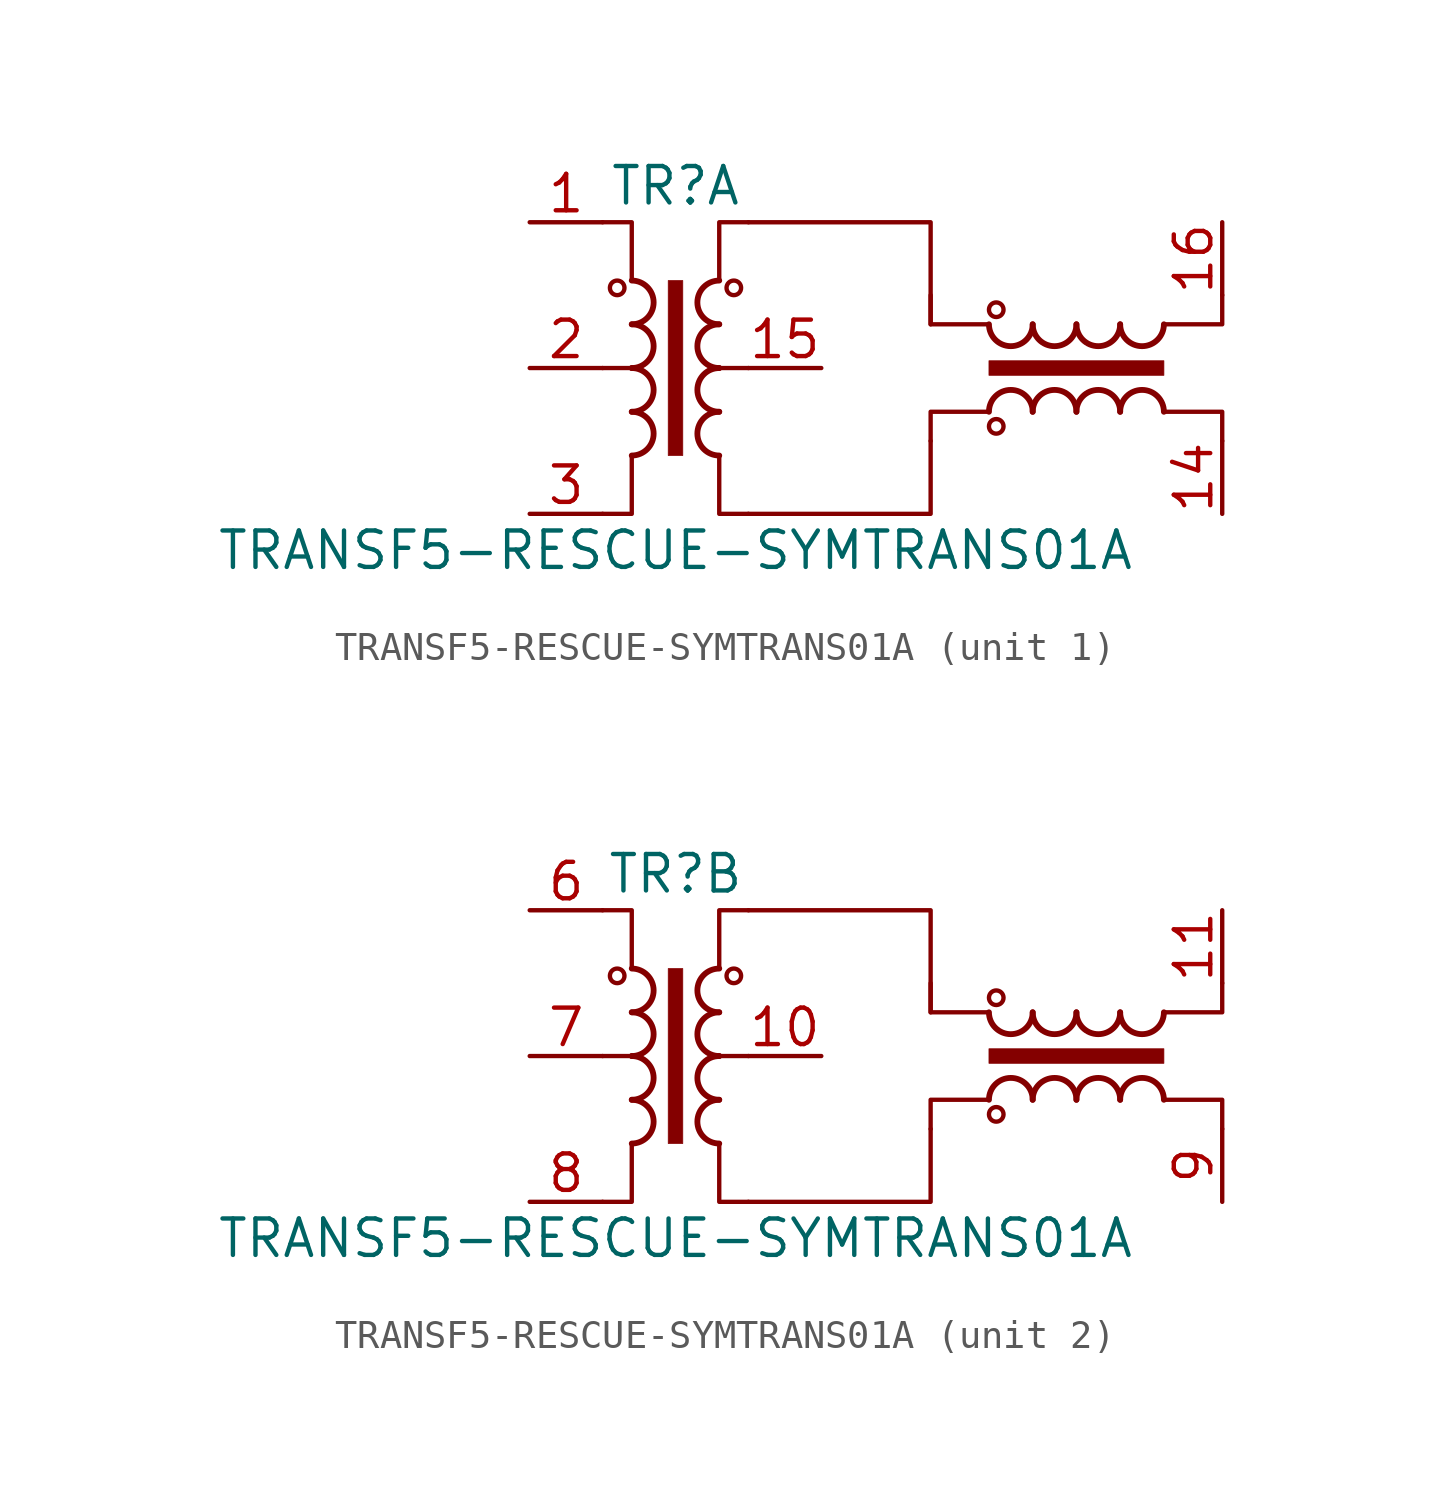
<source format=kicad_sym>
(kicad_symbol_lib
  (version 20211014)
  (generator kicad_symbol_editor)
  (symbol "TRANSF5-RESCUE-SYMTRANS01A"
    (pin_names
      (offset 0))
    (property "Reference" "TR"
      (at 0 6.35 0)
      (effects (font (size 1.27 1.27))))
    (property "Value" "TRANSF5-RESCUE-SYMTRANS01A"
      (at 0 -6.35 0)
      (effects (font (size 1.27 1.27))))
    (property "Footprint" ""
      (at 0 0 0)
      (effects (font (size 1.27 1.27))))
    (property "Datasheet" ""
      (at 0 0 0)
      (effects (font (size 1.27 1.27))))
    (symbol "TRANSF5-RESCUE-SYMTRANS01A_0_1"
      (circle (center -2.032 2.794) (radius 0.254) (stroke (width 0) (type default) (color 0 0 0 0)) (fill (type none)))
      (arc (start -1.524 -3.048) (mid -0.762 -2.286) (end -1.524 -1.524) (stroke (width 0.2032) (type default) (color 0 0 0 0)) (fill (type none)))
      (arc (start -1.524 -1.524) (mid -0.762 -0.762) (end -1.524 0) (stroke (width 0.2032) (type default) (color 0 0 0 0)) (fill (type none)))
      (arc (start -1.524 0) (mid -0.762 0.762) (end -1.524 1.524) (stroke (width 0.2032) (type default) (color 0 0 0 0)) (fill (type none)))
      (arc (start -1.524 1.524) (mid -0.762 2.286) (end -1.524 3.048) (stroke (width 0.2032) (type default) (color 0 0 0 0)) (fill (type none)))
      (rectangle (start -0.254 3.048) (end 0.254 -3.048) (stroke (width 0.025) (type default) (color 0 0 0 0)) (fill (type outline)))
      (polyline (pts (xy -1.524 0) (xy -2.54 0) (xy -2.54 0)) (stroke (width 0) (type default) (color 0 0 0 0)) (fill (type outline)))
      (polyline (pts (xy 1.524 0) (xy 2.54 0) (xy 2.54 0)) (stroke (width 0) (type default) (color 0 0 0 0)) (fill (type outline)))
      (polyline (pts (xy 8.89 -2.54) (xy 8.89 -5.08) (xy 2.54 -5.08)) (stroke (width 0) (type default) (color 0 0 0 0)) (fill (type none)))
      (polyline (pts (xy -2.54 5.08) (xy -1.524 5.08) (xy -1.524 3.048) (xy -1.524 3.048)) (stroke (width 0.152) (type default) (color 0 0 0 0)) (fill (type none)))
      (polyline (pts (xy -1.524 -3.048) (xy -1.524 -5.08) (xy -2.54 -5.08) (xy -2.54 -5.08)) (stroke (width 0.152) (type default) (color 0 0 0 0)) (fill (type none)))
      (polyline (pts (xy 1.524 3.048) (xy 1.524 5.08) (xy 2.54 5.08) (xy 2.54 5.08)) (stroke (width 0.152) (type default) (color 0 0 0 0)) (fill (type none)))
      (polyline (pts (xy 2.54 -5.08) (xy 1.524 -5.08) (xy 1.524 -3.048) (xy 1.524 -3.048)) (stroke (width 0.152) (type default) (color 0 0 0 0)) (fill (type none)))
      (polyline (pts (xy 2.54 5.08) (xy 8.89 5.08) (xy 8.89 2.54) (xy 8.89 1.524)) (stroke (width 0) (type default) (color 0 0 0 0)) (fill (type none)))
      (polyline (pts (xy 8.89 -2.54) (xy 8.89 -1.524) (xy 10.922 -1.524) (xy 10.922 -1.524)) (stroke (width 0.152) (type default) (color 0 0 0 0)) (fill (type none)))
      (polyline (pts (xy 10.922 1.524) (xy 8.89 1.524) (xy 8.89 2.54) (xy 8.89 2.54)) (stroke (width 0.152) (type default) (color 0 0 0 0)) (fill (type none)))
      (polyline (pts (xy 17.018 -1.524) (xy 19.05 -1.524) (xy 19.05 -2.54) (xy 19.05 -2.54)) (stroke (width 0.152) (type default) (color 0 0 0 0)) (fill (type none)))
      (polyline (pts (xy 19.05 2.54) (xy 19.05 1.524) (xy 17.018 1.524) (xy 17.018 1.524)) (stroke (width 0.152) (type default) (color 0 0 0 0)) (fill (type none)))
      (arc (start 1.524 -1.524) (mid 0.762 -2.286) (end 1.524 -3.048) (stroke (width 0.2032) (type default) (color 0 0 0 0)) (fill (type none)))
      (arc (start 1.524 0) (mid 0.762 -0.762) (end 1.524 -1.524) (stroke (width 0.2032) (type default) (color 0 0 0 0)) (fill (type none)))
      (arc (start 1.524 1.524) (mid 0.762 0.762) (end 1.524 0) (stroke (width 0.2032) (type default) (color 0 0 0 0)) (fill (type none)))
      (arc (start 1.524 3.048) (mid 0.762 2.286) (end 1.524 1.524) (stroke (width 0.2032) (type default) (color 0 0 0 0)) (fill (type none)))
      (circle (center 2.032 2.794) (radius 0.254) (stroke (width 0) (type default) (color 0 0 0 0)) (fill (type none)))
      (rectangle (start 10.922 -0.254) (end 17.018 0.254) (stroke (width 0.025) (type default) (color 0 0 0 0)) (fill (type outline)))
      (arc (start 10.922 1.524) (mid 11.684 0.762) (end 12.446 1.524) (stroke (width 0.2032) (type default) (color 0 0 0 0)) (fill (type none)))
      (circle (center 11.176 -2.032) (radius 0.254) (stroke (width 0) (type default) (color 0 0 0 0)) (fill (type none)))
      (circle (center 11.176 2.032) (radius 0.254) (stroke (width 0) (type default) (color 0 0 0 0)) (fill (type none)))
      (arc (start 12.446 -1.524) (mid 11.684 -0.762) (end 10.922 -1.524) (stroke (width 0.2032) (type default) (color 0 0 0 0)) (fill (type none)))
      (arc (start 12.446 1.524) (mid 13.208 0.762) (end 13.97 1.524) (stroke (width 0.2032) (type default) (color 0 0 0 0)) (fill (type none)))
      (arc (start 13.97 -1.524) (mid 13.208 -0.762) (end 12.446 -1.524) (stroke (width 0.2032) (type default) (color 0 0 0 0)) (fill (type none)))
      (arc (start 13.97 1.524) (mid 14.732 0.762) (end 15.494 1.524) (stroke (width 0.2032) (type default) (color 0 0 0 0)) (fill (type none)))
      (arc (start 15.494 -1.524) (mid 14.732 -0.762) (end 13.97 -1.524) (stroke (width 0.2032) (type default) (color 0 0 0 0)) (fill (type none)))
      (arc (start 15.494 1.524) (mid 16.256 0.762) (end 17.018 1.524) (stroke (width 0.2032) (type default) (color 0 0 0 0)) (fill (type none)))
      (arc (start 17.018 -1.524) (mid 16.256 -0.762) (end 15.494 -1.524) (stroke (width 0.2032) (type default) (color 0 0 0 0)) (fill (type none))))
    (symbol "TRANSF5-RESCUE-SYMTRANS01A_1_1"
      (pin passive line (at -5.08 5.08 0) (length 2.54) (name "~" (effects (font (size 1.27 1.27)))) (number "1" (effects (font (size 1.27 1.27)))))
      (pin passive line (at 19.05 -5.08 90) (length 2.54) (name "~" (effects (font (size 1.27 1.27)))) (number "14" (effects (font (size 1.27 1.27)))))
      (pin passive line (at 5.08 0 180) (length 2.54) (name "~" (effects (font (size 1.27 1.27)))) (number "15" (effects (font (size 1.27 1.27)))))
      (pin passive line (at 19.05 5.08 270) (length 2.54) (name "~" (effects (font (size 1.27 1.27)))) (number "16" (effects (font (size 1.27 1.27)))))
      (pin passive line (at -5.08 0 0) (length 2.54) (name "~" (effects (font (size 1.27 1.27)))) (number "2" (effects (font (size 1.27 1.27)))))
      (pin passive line (at -5.08 -5.08 0) (length 2.54) (name "~" (effects (font (size 1.27 1.27)))) (number "3" (effects (font (size 1.27 1.27))))))
    (symbol "TRANSF5-RESCUE-SYMTRANS01A_2_1"
      (pin passive line (at 5.08 0 180) (length 2.54) (name "~" (effects (font (size 1.27 1.27)))) (number "10" (effects (font (size 1.27 1.27)))))
      (pin passive line (at 19.05 5.08 270) (length 2.54) (name "~" (effects (font (size 1.27 1.27)))) (number "11" (effects (font (size 1.27 1.27)))))
      (pin passive line (at -5.08 5.08 0) (length 2.54) (name "~" (effects (font (size 1.27 1.27)))) (number "6" (effects (font (size 1.27 1.27)))))
      (pin passive line (at -5.08 0 0) (length 2.54) (name "~" (effects (font (size 1.27 1.27)))) (number "7" (effects (font (size 1.27 1.27)))))
      (pin passive line (at -5.08 -5.08 0) (length 2.54) (name "~" (effects (font (size 1.27 1.27)))) (number "8" (effects (font (size 1.27 1.27)))))
      (pin passive line (at 19.05 -5.08 90) (length 2.54) (name "~" (effects (font (size 1.27 1.27)))) (number "9" (effects (font (size 1.27 1.27))))))))
</source>
